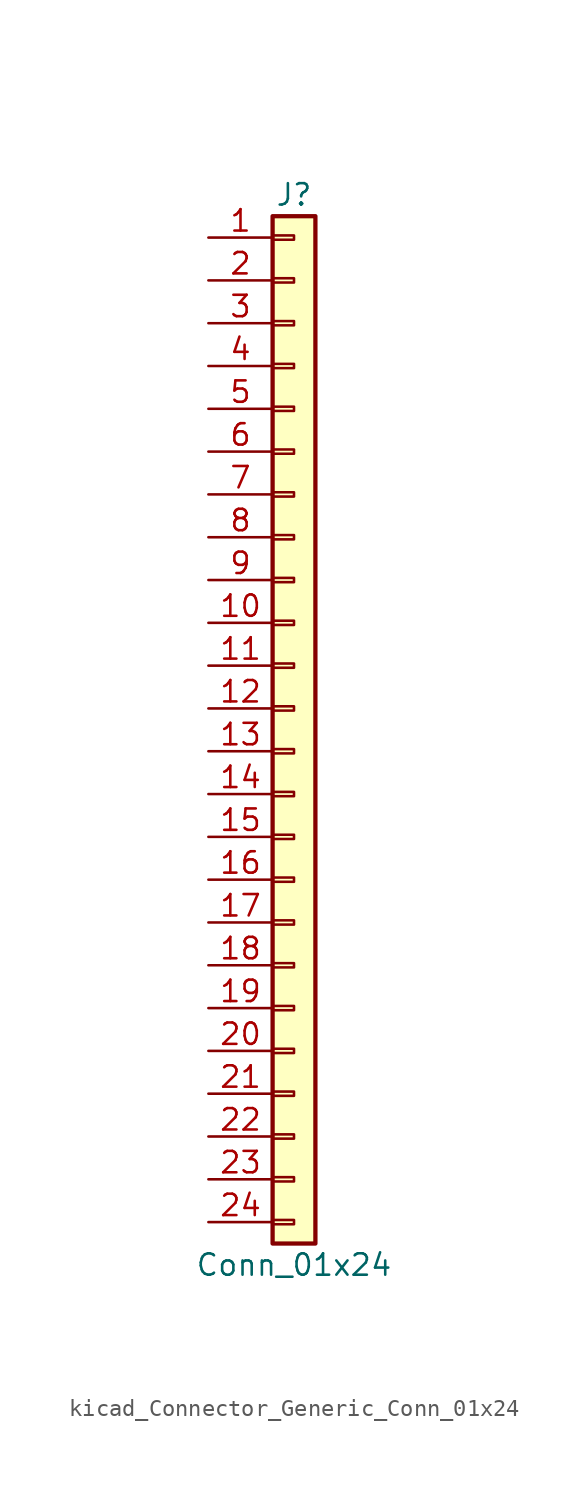
<source format=kicad_sym>
(kicad_symbol_lib
  (version 20220914)
  (generator kicad_symbol_editor)
  (symbol "kicad_Connector_Generic_Conn_01x24"
    (pin_names
      (offset 1.016) hide)
    (property "Reference" "J"
      (at 0 30.48 0)
      (effects (font (size 1.27 1.27))))
    (property "Value" "Conn_01x24"
      (at 0 -33.02 0)
      (effects (font (size 1.27 1.27))))
    (symbol "kicad_Connector_Generic_Conn_01x24_1_1"
      (rectangle (start -1.27 -30.353) (end 0 -30.607) (stroke (width 0.152) (type default)) (fill (type none)))
      (rectangle (start -1.27 -27.813) (end 0 -28.067) (stroke (width 0.152) (type default)) (fill (type none)))
      (rectangle (start -1.27 -25.273) (end 0 -25.527) (stroke (width 0.152) (type default)) (fill (type none)))
      (rectangle (start -1.27 -22.733) (end 0 -22.987) (stroke (width 0.152) (type default)) (fill (type none)))
      (rectangle (start -1.27 -20.193) (end 0 -20.447) (stroke (width 0.152) (type default)) (fill (type none)))
      (rectangle (start -1.27 -17.653) (end 0 -17.907) (stroke (width 0.152) (type default)) (fill (type none)))
      (rectangle (start -1.27 -15.113) (end 0 -15.367) (stroke (width 0.152) (type default)) (fill (type none)))
      (rectangle (start -1.27 -12.573) (end 0 -12.827) (stroke (width 0.152) (type default)) (fill (type none)))
      (rectangle (start -1.27 -10.033) (end 0 -10.287) (stroke (width 0.152) (type default)) (fill (type none)))
      (rectangle (start -1.27 -7.493) (end 0 -7.747) (stroke (width 0.152) (type default)) (fill (type none)))
      (rectangle (start -1.27 -4.953) (end 0 -5.207) (stroke (width 0.152) (type default)) (fill (type none)))
      (rectangle (start -1.27 -2.413) (end 0 -2.667) (stroke (width 0.152) (type default)) (fill (type none)))
      (rectangle (start -1.27 0.127) (end 0 -0.127) (stroke (width 0.152) (type default)) (fill (type none)))
      (rectangle (start -1.27 2.667) (end 0 2.413) (stroke (width 0.152) (type default)) (fill (type none)))
      (rectangle (start -1.27 5.207) (end 0 4.953) (stroke (width 0.152) (type default)) (fill (type none)))
      (rectangle (start -1.27 7.747) (end 0 7.493) (stroke (width 0.152) (type default)) (fill (type none)))
      (rectangle (start -1.27 10.287) (end 0 10.033) (stroke (width 0.152) (type default)) (fill (type none)))
      (rectangle (start -1.27 12.827) (end 0 12.573) (stroke (width 0.152) (type default)) (fill (type none)))
      (rectangle (start -1.27 15.367) (end 0 15.113) (stroke (width 0.152) (type default)) (fill (type none)))
      (rectangle (start -1.27 17.907) (end 0 17.653) (stroke (width 0.152) (type default)) (fill (type none)))
      (rectangle (start -1.27 20.447) (end 0 20.193) (stroke (width 0.152) (type default)) (fill (type none)))
      (rectangle (start -1.27 22.987) (end 0 22.733) (stroke (width 0.152) (type default)) (fill (type none)))
      (rectangle (start -1.27 25.527) (end 0 25.273) (stroke (width 0.152) (type default)) (fill (type none)))
      (rectangle (start -1.27 28.067) (end 0 27.813) (stroke (width 0.152) (type default)) (fill (type none)))
      (rectangle (start -1.27 29.21) (end 1.27 -31.75) (stroke (width 0.254) (type default)) (fill (type background)))
      (pin passive line (at -5.08 27.94 0) (length 3.81) (name "Pin_1" (effects (font (size 1.27 1.27)))) (number "1" (effects (font (size 1.27 1.27)))))
      (pin passive line (at -5.08 5.08 0) (length 3.81) (name "Pin_10" (effects (font (size 1.27 1.27)))) (number "10" (effects (font (size 1.27 1.27)))))
      (pin passive line (at -5.08 2.54 0) (length 3.81) (name "Pin_11" (effects (font (size 1.27 1.27)))) (number "11" (effects (font (size 1.27 1.27)))))
      (pin passive line (at -5.08 0 0) (length 3.81) (name "Pin_12" (effects (font (size 1.27 1.27)))) (number "12" (effects (font (size 1.27 1.27)))))
      (pin passive line (at -5.08 -2.54 0) (length 3.81) (name "Pin_13" (effects (font (size 1.27 1.27)))) (number "13" (effects (font (size 1.27 1.27)))))
      (pin passive line (at -5.08 -5.08 0) (length 3.81) (name "Pin_14" (effects (font (size 1.27 1.27)))) (number "14" (effects (font (size 1.27 1.27)))))
      (pin passive line (at -5.08 -7.62 0) (length 3.81) (name "Pin_15" (effects (font (size 1.27 1.27)))) (number "15" (effects (font (size 1.27 1.27)))))
      (pin passive line (at -5.08 -10.16 0) (length 3.81) (name "Pin_16" (effects (font (size 1.27 1.27)))) (number "16" (effects (font (size 1.27 1.27)))))
      (pin passive line (at -5.08 -12.7 0) (length 3.81) (name "Pin_17" (effects (font (size 1.27 1.27)))) (number "17" (effects (font (size 1.27 1.27)))))
      (pin passive line (at -5.08 -15.24 0) (length 3.81) (name "Pin_18" (effects (font (size 1.27 1.27)))) (number "18" (effects (font (size 1.27 1.27)))))
      (pin passive line (at -5.08 -17.78 0) (length 3.81) (name "Pin_19" (effects (font (size 1.27 1.27)))) (number "19" (effects (font (size 1.27 1.27)))))
      (pin passive line (at -5.08 25.4 0) (length 3.81) (name "Pin_2" (effects (font (size 1.27 1.27)))) (number "2" (effects (font (size 1.27 1.27)))))
      (pin passive line (at -5.08 -20.32 0) (length 3.81) (name "Pin_20" (effects (font (size 1.27 1.27)))) (number "20" (effects (font (size 1.27 1.27)))))
      (pin passive line (at -5.08 -22.86 0) (length 3.81) (name "Pin_21" (effects (font (size 1.27 1.27)))) (number "21" (effects (font (size 1.27 1.27)))))
      (pin passive line (at -5.08 -25.4 0) (length 3.81) (name "Pin_22" (effects (font (size 1.27 1.27)))) (number "22" (effects (font (size 1.27 1.27)))))
      (pin passive line (at -5.08 -27.94 0) (length 3.81) (name "Pin_23" (effects (font (size 1.27 1.27)))) (number "23" (effects (font (size 1.27 1.27)))))
      (pin passive line (at -5.08 -30.48 0) (length 3.81) (name "Pin_24" (effects (font (size 1.27 1.27)))) (number "24" (effects (font (size 1.27 1.27)))))
      (pin passive line (at -5.08 22.86 0) (length 3.81) (name "Pin_3" (effects (font (size 1.27 1.27)))) (number "3" (effects (font (size 1.27 1.27)))))
      (pin passive line (at -5.08 20.32 0) (length 3.81) (name "Pin_4" (effects (font (size 1.27 1.27)))) (number "4" (effects (font (size 1.27 1.27)))))
      (pin passive line (at -5.08 17.78 0) (length 3.81) (name "Pin_5" (effects (font (size 1.27 1.27)))) (number "5" (effects (font (size 1.27 1.27)))))
      (pin passive line (at -5.08 15.24 0) (length 3.81) (name "Pin_6" (effects (font (size 1.27 1.27)))) (number "6" (effects (font (size 1.27 1.27)))))
      (pin passive line (at -5.08 12.7 0) (length 3.81) (name "Pin_7" (effects (font (size 1.27 1.27)))) (number "7" (effects (font (size 1.27 1.27)))))
      (pin passive line (at -5.08 10.16 0) (length 3.81) (name "Pin_8" (effects (font (size 1.27 1.27)))) (number "8" (effects (font (size 1.27 1.27)))))
      (pin passive line (at -5.08 7.62 0) (length 3.81) (name "Pin_9" (effects (font (size 1.27 1.27)))) (number "9" (effects (font (size 1.27 1.27))))))))
</source>
